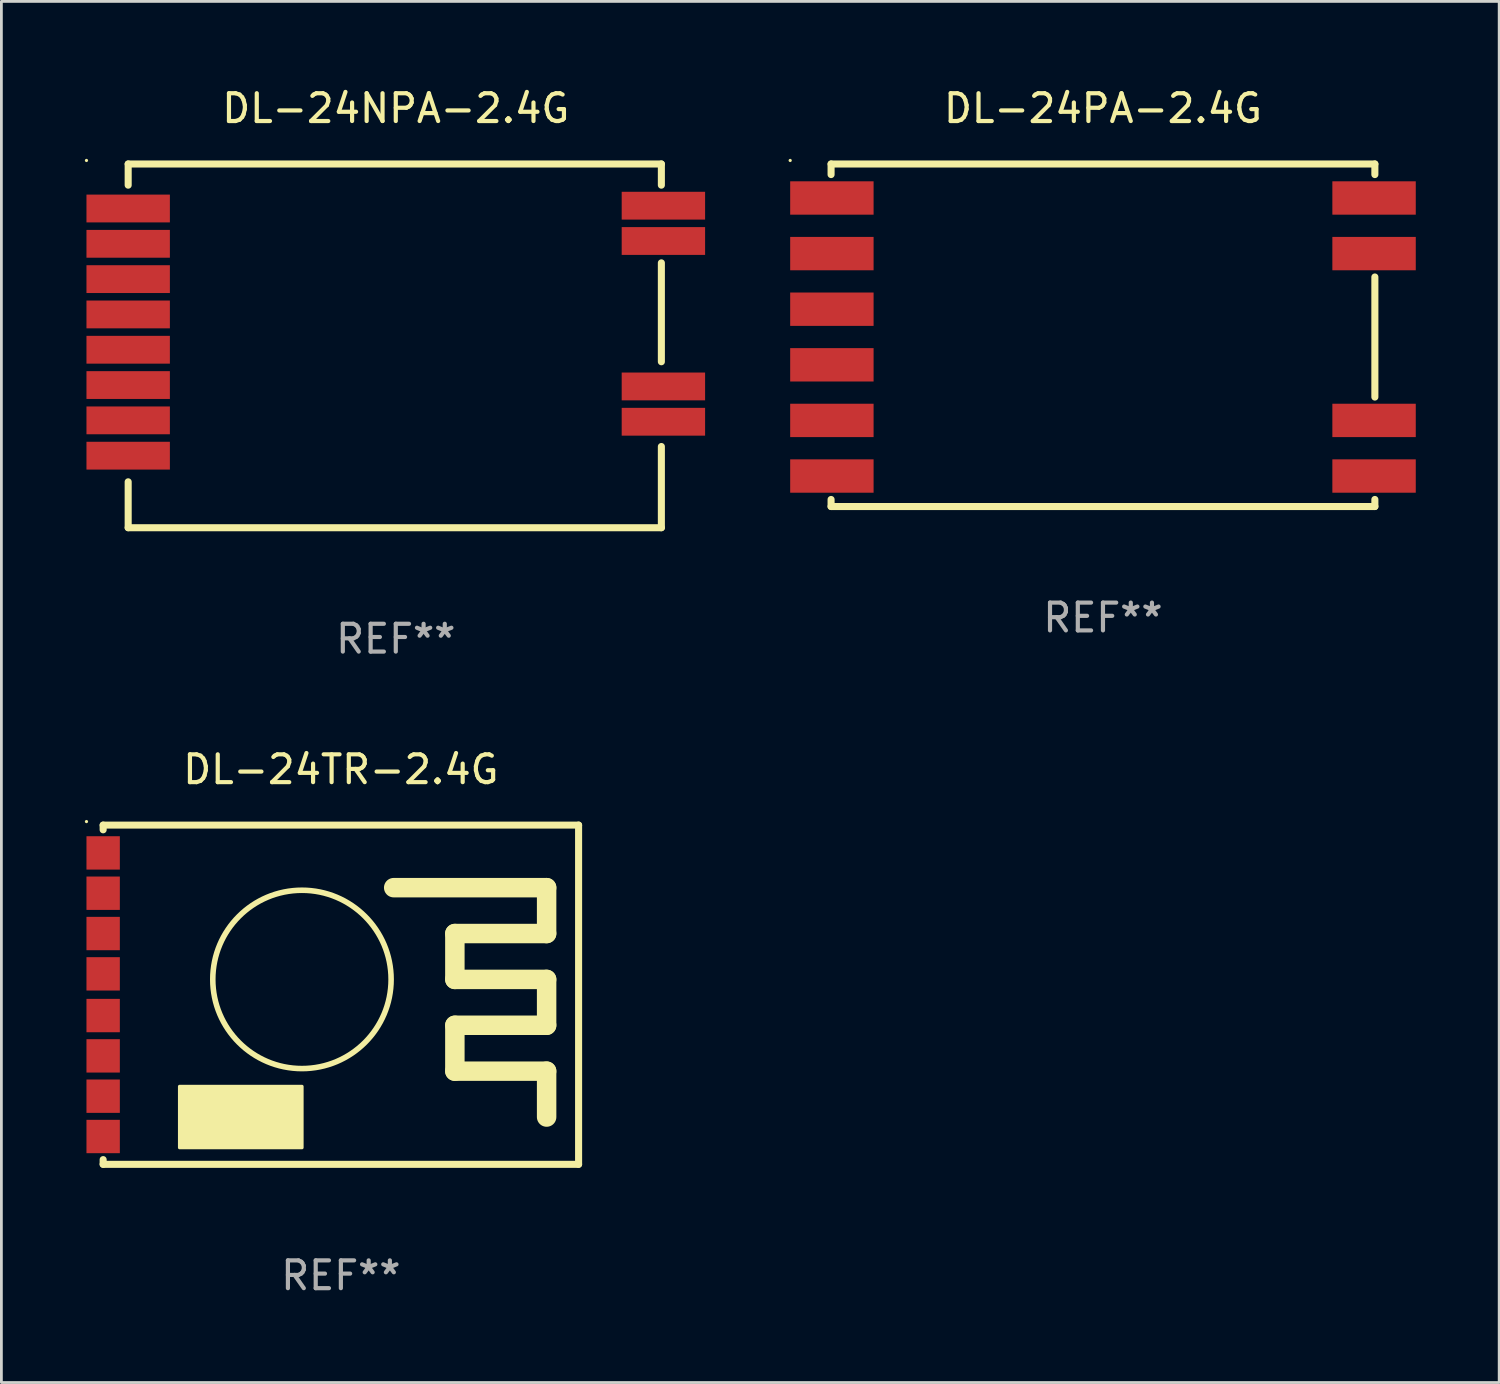
<source format=kicad_pcb>
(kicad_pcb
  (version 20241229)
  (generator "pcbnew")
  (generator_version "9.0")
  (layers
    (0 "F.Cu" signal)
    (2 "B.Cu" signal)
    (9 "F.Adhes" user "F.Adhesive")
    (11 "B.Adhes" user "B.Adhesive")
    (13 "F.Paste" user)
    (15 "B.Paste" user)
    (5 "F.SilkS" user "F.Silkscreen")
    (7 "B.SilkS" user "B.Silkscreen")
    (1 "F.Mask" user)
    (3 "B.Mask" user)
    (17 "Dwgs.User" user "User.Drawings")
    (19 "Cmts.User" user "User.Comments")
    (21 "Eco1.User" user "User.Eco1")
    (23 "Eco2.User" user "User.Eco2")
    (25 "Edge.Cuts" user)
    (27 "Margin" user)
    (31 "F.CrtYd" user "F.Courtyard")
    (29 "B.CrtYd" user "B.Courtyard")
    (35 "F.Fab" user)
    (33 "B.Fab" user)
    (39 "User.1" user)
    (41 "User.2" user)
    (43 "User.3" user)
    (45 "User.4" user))
  (footprint "DL-24PA-2.4G"
    (layer "F.Cu")
    (at 36.62 9.008)
    (property "Reference" "DL-24PA-2.4G" (at 0 -8.16 0) (layer "F.SilkS") (effects (font (size 1 1) (thickness 0.15))))
    (attr through_hole)
    (fp_line (start -9.779 -6.16) (end 9.779 -6.16) (stroke (width 0.254) (type solid)) (layer "F.SilkS"))
    (fp_line (start -9.779 -5.779) (end -9.779 -6.16) (stroke (width 0.254) (type solid)) (layer "F.SilkS"))
    (fp_line (start -9.779 5.906) (end -9.779 6.16) (stroke (width 0.254) (type solid)) (layer "F.SilkS"))
    (fp_line (start -9.779 6.16) (end 9.779 6.16) (stroke (width 0.254) (type solid)) (layer "F.SilkS"))
    (fp_line (start 9.779 -6.16) (end 9.779 -5.779) (stroke (width 0.254) (type solid)) (layer "F.SilkS"))
    (fp_line (start 9.779 -2.096) (end 9.779 2.223) (stroke (width 0.254) (type solid)) (layer "F.SilkS"))
    (fp_line (start 9.779 6.16) (end 9.779 5.906) (stroke (width 0.254) (type solid)) (layer "F.SilkS"))
    (fp_circle (center -11.25 -6.287) (end -11.22 -6.287) (stroke (width 0.06) (type solid)) (fill no) (layer "F.SilkS"))
    (fp_text user "REF**" (at 0 10.16 0) (layer "F.Fab") (effects (font (size 1 1) (thickness 0.15))))
    (pad "1" smd rect (at -9.75 -4.937) (size 3 1.2) (layers "F.Cu" "F.Mask" "F.Paste"))
    (pad "2" smd rect (at -9.75 -2.937) (size 3 1.2) (layers "F.Cu" "F.Mask" "F.Paste"))
    (pad "3" smd rect (at -9.75 -0.937) (size 3 1.2) (layers "F.Cu" "F.Mask" "F.Paste"))
    (pad "4" smd rect (at -9.75 1.063) (size 3 1.2) (layers "F.Cu" "F.Mask" "F.Paste"))
    (pad "5" smd rect (at -9.75 3.063) (size 3 1.2) (layers "F.Cu" "F.Mask" "F.Paste"))
    (pad "6" smd rect (at -9.75 5.063) (size 3 1.2) (layers "F.Cu" "F.Mask" "F.Paste"))
    (pad "7" smd rect (at 9.75 5.063) (size 3 1.2) (layers "F.Cu" "F.Mask" "F.Paste"))
    (pad "8" smd rect (at 9.75 3.063) (size 3 1.2) (layers "F.Cu" "F.Mask" "F.Paste"))
    (pad "9" smd rect (at 9.75 -2.937) (size 3 1.2) (layers "F.Cu" "F.Mask" "F.Paste"))
    (pad "10" smd rect (at 9.75 -4.937) (size 3 1.2) (layers "F.Cu" "F.Mask" "F.Paste")))
  (footprint "DL-24TR-2.4G"
    (layer "F.Cu")
    (at 9.21 32.726)
    (property "Reference" "DL-24TR-2.4G" (at 0 -8.1 0) (layer "F.SilkS") (effects (font (size 1 1) (thickness 0.15))))
    (attr through_hole)
    (fp_line (start -8.55 -6.1) (end -8.55 -5.931) (stroke (width 0.254) (type solid)) (layer "F.SilkS"))
    (fp_line (start -8.55 -6.1) (end 8.55 -6.1) (stroke (width 0.254) (type solid)) (layer "F.SilkS"))
    (fp_line (start -8.55 6.1) (end -8.55 5.931) (stroke (width 0.254) (type solid)) (layer "F.SilkS"))
    (fp_line (start 1.9 -3.85) (end 7.4 -3.85) (stroke (width 0.7) (type solid)) (layer "F.SilkS"))
    (fp_line (start 4.1 -2.2) (end 4.1 -0.55) (stroke (width 0.7) (type solid)) (layer "F.SilkS"))
    (fp_line (start 4.1 -0.55) (end 7.4 -0.55) (stroke (width 0.7) (type solid)) (layer "F.SilkS"))
    (fp_line (start 4.1 1.1) (end 4.1 2.75) (stroke (width 0.7) (type solid)) (layer "F.SilkS"))
    (fp_line (start 4.1 2.75) (end 7.4 2.75) (stroke (width 0.7) (type solid)) (layer "F.SilkS"))
    (fp_line (start 7.4 -3.85) (end 7.4 -2.2) (stroke (width 0.7) (type solid)) (layer "F.SilkS"))
    (fp_line (start 7.4 -2.2) (end 4.1 -2.2) (stroke (width 0.7) (type solid)) (layer "F.SilkS"))
    (fp_line (start 7.4 -0.55) (end 7.4 1.1) (stroke (width 0.7) (type solid)) (layer "F.SilkS"))
    (fp_line (start 7.4 1.1) (end 4.1 1.1) (stroke (width 0.7) (type solid)) (layer "F.SilkS"))
    (fp_line (start 7.4 2.75) (end 7.4 4.4) (stroke (width 0.7) (type solid)) (layer "F.SilkS"))
    (fp_line (start 8.55 -6.1) (end 8.55 6.1) (stroke (width 0.254) (type solid)) (layer "F.SilkS"))
    (fp_line (start 8.55 6.1) (end -8.55 6.1) (stroke (width 0.254) (type solid)) (layer "F.SilkS"))
    (fp_circle (center -9.15 -6.227) (end -9.12 -6.227) (stroke (width 0.06) (type solid)) (fill no) (layer "F.SilkS"))
    (fp_circle (center -1.4 -0.55) (end 1.807 -0.55) (stroke (width 0.2) (type solid)) (fill no) (layer "F.SilkS"))
    (fp_poly (pts (xy -5.8 3.3) (xy -1.4 3.3) (xy -1.4 5.5) (xy -5.8 5.5)) (stroke (width 0.12) (type solid)) (fill yes) (layer "F.SilkS"))
    (fp_text user "REF**" (at 0 10.1 0) (layer "F.Fab") (effects (font (size 1 1) (thickness 0.15))))
    (pad "1" smd rect (at -8.55 -5.1) (size 1.2 1.2) (layers "F.Cu" "F.Mask" "F.Paste"))
    (pad "2" smd rect (at -8.55 -3.65) (size 1.2 1.2) (layers "F.Cu" "F.Mask" "F.Paste"))
    (pad "3" smd rect (at -8.55 -2.2) (size 1.2 1.2) (layers "F.Cu" "F.Mask" "F.Paste"))
    (pad "4" smd rect (at -8.55 -0.75) (size 1.2 1.2) (layers "F.Cu" "F.Mask" "F.Paste"))
    (pad "5" smd rect (at -8.55 0.75) (size 1.2 1.2) (layers "F.Cu" "F.Mask" "F.Paste"))
    (pad "6" smd rect (at -8.55 2.2) (size 1.2 1.2) (layers "F.Cu" "F.Mask" "F.Paste"))
    (pad "7" smd rect (at -8.55 3.65) (size 1.2 1.2) (layers "F.Cu" "F.Mask" "F.Paste"))
    (pad "8" smd rect (at -8.55 5.1) (size 1.2 1.2) (layers "F.Cu" "F.Mask" "F.Paste")))
  (footprint "DL-24NPA-2.4G"
    (layer "F.Cu")
    (at 11.185 9.389)
    (property "Reference" "DL-24NPA-2.4G" (at 0 -8.541 0) (layer "F.SilkS") (effects (font (size 1 1) (thickness 0.15))))
    (attr through_hole)
    (fp_line (start -9.625 -6.541) (end 9.552 -6.541) (stroke (width 0.254) (type solid)) (layer "F.SilkS"))
    (fp_line (start -9.625 -5.779) (end -9.625 -6.541) (stroke (width 0.254) (type solid)) (layer "F.SilkS"))
    (fp_line (start -9.625 4.89) (end -9.625 6.541) (stroke (width 0.254) (type solid)) (layer "F.SilkS"))
    (fp_line (start -9.625 6.541) (end 9.552 6.541) (stroke (width 0.254) (type solid)) (layer "F.SilkS"))
    (fp_line (start 9.552 -6.541) (end 9.552 -5.779) (stroke (width 0.254) (type solid)) (layer "F.SilkS"))
    (fp_line (start 9.552 -2.985) (end 9.552 0.572) (stroke (width 0.254) (type solid)) (layer "F.SilkS"))
    (fp_line (start 9.552 6.541) (end 9.552 3.62) (stroke (width 0.254) (type solid)) (layer "F.SilkS"))
    (fp_circle (center -11.125 -6.668) (end -11.095 -6.668) (stroke (width 0.06) (type solid)) (fill no) (layer "F.SilkS"))
    (fp_text user "REF**" (at 0 10.541 0) (layer "F.Fab") (effects (font (size 1 1) (thickness 0.15))))
    (pad "1" smd rect (at -9.625 -4.94) (size 3 1) (layers "F.Cu" "F.Mask" "F.Paste"))
    (pad "2" smd rect (at -9.625 -3.67) (size 3 1) (layers "F.Cu" "F.Mask" "F.Paste"))
    (pad "3" smd rect (at -9.625 -2.4) (size 3 1) (layers "F.Cu" "F.Mask" "F.Paste"))
    (pad "4" smd rect (at -9.625 -1.13) (size 3 1) (layers "F.Cu" "F.Mask" "F.Paste"))
    (pad "5" smd rect (at -9.625 0.14) (size 3 1) (layers "F.Cu" "F.Mask" "F.Paste"))
    (pad "6" smd rect (at -9.625 1.41) (size 3 1) (layers "F.Cu" "F.Mask" "F.Paste"))
    (pad "7" smd rect (at -9.625 2.68) (size 3 1) (layers "F.Cu" "F.Mask" "F.Paste"))
    (pad "8" smd rect (at -9.625 3.95) (size 3 1) (layers "F.Cu" "F.Mask" "F.Paste"))
    (pad "9" smd rect (at 9.625 2.73) (size 3 1) (layers "F.Cu" "F.Mask" "F.Paste"))
    (pad "10" smd rect (at 9.625 1.46) (size 3 1) (layers "F.Cu" "F.Mask" "F.Paste"))
    (pad "11" smd rect (at 9.625 -3.771) (size 3 1) (layers "F.Cu" "F.Mask" "F.Paste"))
    (pad "12" smd rect (at 9.625 -5.041) (size 3 1) (layers "F.Cu" "F.Mask" "F.Paste")))
  (gr_rect
    (start -3 -3)
    (end 50.87 46.674)
    (stroke (width 0.1) (type default))
    (fill no)
    (layer "Edge.Cuts")))
</source>
